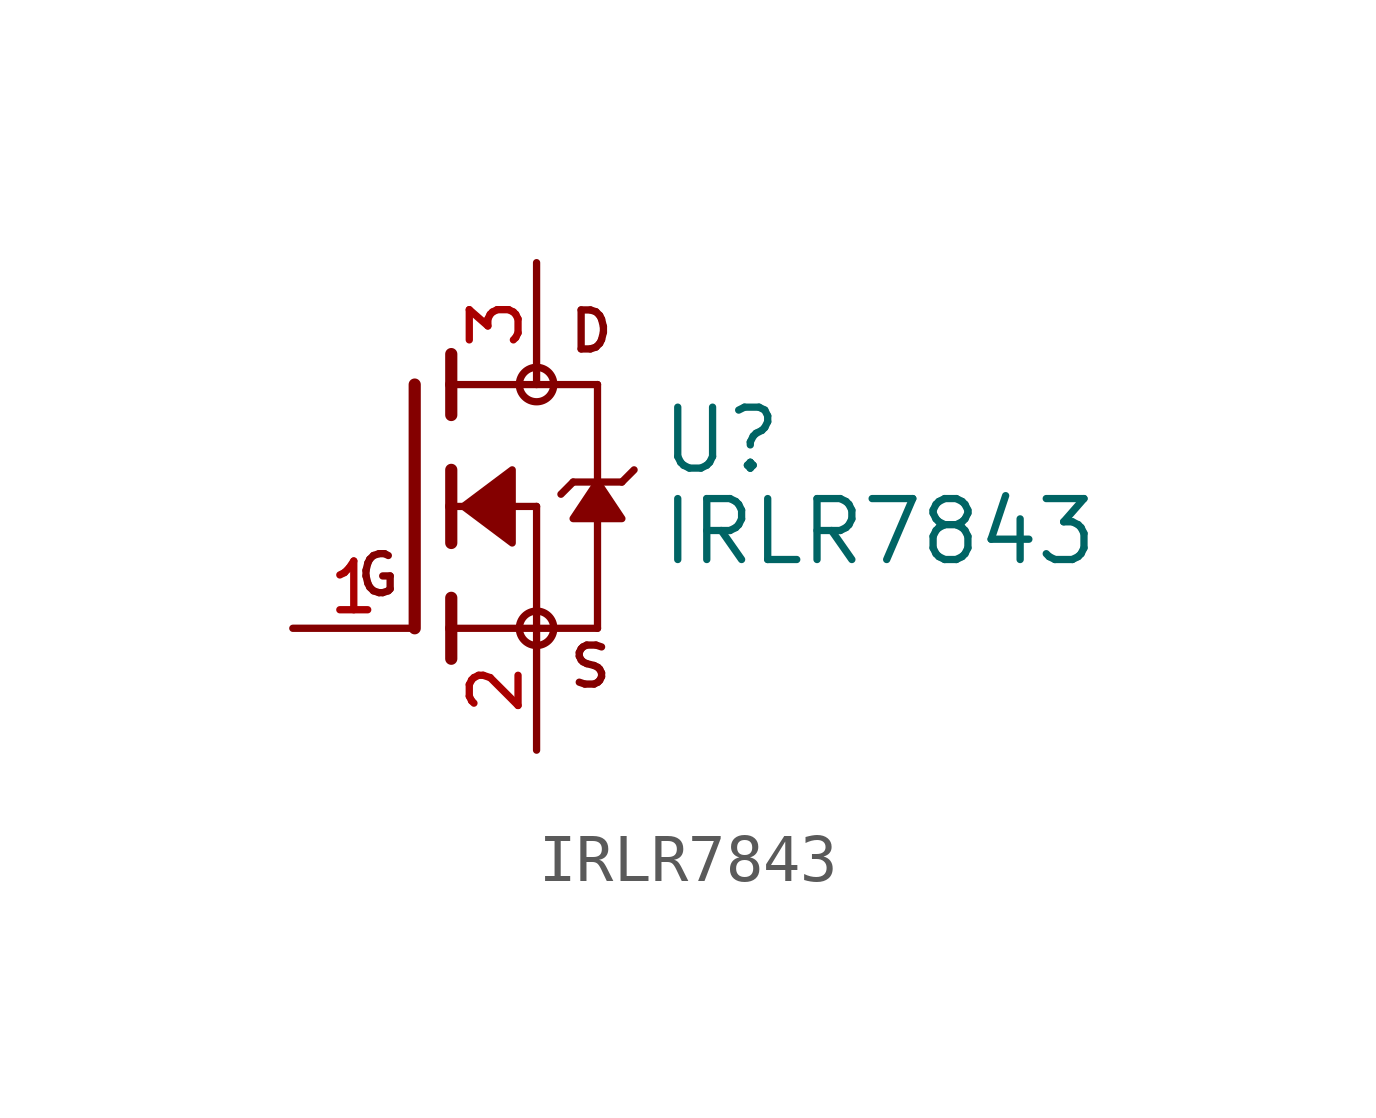
<source format=kicad_sym>
(kicad_symbol_lib
  (version 20211014)
  (generator kicad_symbol_editor)
  (symbol "IRLR7843"
    (pin_names
      (offset 1.016))
    (property "Reference" "U"
      (at 5.08 0.635 0)
      (effects (font (size 1.27 1.27)) (justify bottom left)))
    (property "Value" "IRLR7843"
      (at 5.08 -1.27 0)
      (effects (font (size 1.27 1.27)) (justify bottom left)))
    (symbol "IRLR7843_0_0"
      (polyline (pts (xy 0.762 0.762) (xy 0.762 0.0)) (stroke (width 0.254)))
      (polyline (pts (xy 0.762 0.0) (xy 0.762 -0.762)) (stroke (width 0.254)))
      (polyline (pts (xy 0.762 3.175) (xy 0.762 2.54)) (stroke (width 0.254)))
      (polyline (pts (xy 0.762 2.54) (xy 0.762 1.905)) (stroke (width 0.254)))
      (polyline (pts (xy 0.762 0.0) (xy 2.54 0.0)) (stroke (width 0.152)))
      (polyline (pts (xy 2.54 0.0) (xy 2.54 -2.54)) (stroke (width 0.152)))
      (polyline (pts (xy 0.762 -1.905) (xy 0.762 -2.54)) (stroke (width 0.254)))
      (polyline (pts (xy 0.762 -2.54) (xy 0.762 -3.175)) (stroke (width 0.254)))
      (polyline (pts (xy 0.0 2.54) (xy 0.0 -2.54)) (stroke (width 0.254)))
      (polyline (pts (xy 2.54 -2.54) (xy 0.762 -2.54)) (stroke (width 0.152)))
      (polyline (pts (xy 3.81 2.54) (xy 3.81 0.508)) (stroke (width 0.152)))
      (polyline (pts (xy 3.81 0.508) (xy 3.81 -2.54)) (stroke (width 0.152)))
      (polyline (pts (xy 2.54 -2.54) (xy 3.81 -2.54)) (stroke (width 0.152)))
      (polyline (pts (xy 0.762 2.54) (xy 3.81 2.54)) (stroke (width 0.152)))
      (polyline (pts (xy 4.572 0.762) (xy 4.318 0.508)) (stroke (width 0.152)))
      (polyline (pts (xy 4.318 0.508) (xy 3.81 0.508)) (stroke (width 0.152)))
      (polyline (pts (xy 3.81 0.508) (xy 3.302 0.508)) (stroke (width 0.152)))
      (polyline (pts (xy 3.302 0.508) (xy 3.048 0.254)) (stroke (width 0.152)))
      (circle (center 2.54 -2.54) (radius 0.359) (stroke (width 0.0)) (fill (type none)))
      (circle (center 2.54 2.54) (radius 0.359) (stroke (width 0.0)) (fill (type none)))
      (text "D" (at 3.175 3.175 0) (effects (font (size 0.813 0.813)) (justify bottom left)))
      (text "S" (at 3.175 -3.81 0) (effects (font (size 0.813 0.813)) (justify bottom left)))
      (text "G" (at -1.27 -1.905 0) (effects (font (size 0.813 0.813)) (justify bottom left)))
      (polyline (pts (xy 3.81 0.508) (xy 3.302 -0.254) (xy 4.318 -0.254) (xy 3.81 0.508)) (stroke (width 0.152)) (fill (type outline)))
      (polyline (pts (xy 1.016 0.0) (xy 2.032 0.762) (xy 2.032 -0.762) (xy 1.016 0.0)) (stroke (width 0.152)) (fill (type outline)))
      (pin bidirectional line (at -2.54 -2.54 0) (length 2.54) (name "~" (effects (font (size 1.016 1.016)))) (number "1" (effects (font (size 1.016 1.016)))))
      (pin bidirectional line (at 2.54 -5.08 90.0) (length 2.54) (name "~" (effects (font (size 1.016 1.016)))) (number "2" (effects (font (size 1.016 1.016)))))
      (pin bidirectional line (at 2.54 5.08 270.0) (length 2.54) (name "~" (effects (font (size 1.016 1.016)))) (number "3" (effects (font (size 1.016 1.016))))))))
</source>
